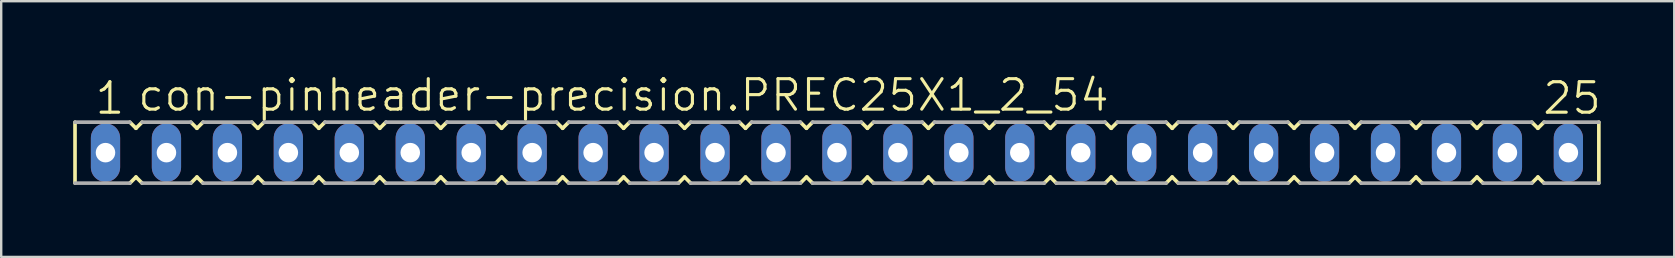
<source format=kicad_pcb>
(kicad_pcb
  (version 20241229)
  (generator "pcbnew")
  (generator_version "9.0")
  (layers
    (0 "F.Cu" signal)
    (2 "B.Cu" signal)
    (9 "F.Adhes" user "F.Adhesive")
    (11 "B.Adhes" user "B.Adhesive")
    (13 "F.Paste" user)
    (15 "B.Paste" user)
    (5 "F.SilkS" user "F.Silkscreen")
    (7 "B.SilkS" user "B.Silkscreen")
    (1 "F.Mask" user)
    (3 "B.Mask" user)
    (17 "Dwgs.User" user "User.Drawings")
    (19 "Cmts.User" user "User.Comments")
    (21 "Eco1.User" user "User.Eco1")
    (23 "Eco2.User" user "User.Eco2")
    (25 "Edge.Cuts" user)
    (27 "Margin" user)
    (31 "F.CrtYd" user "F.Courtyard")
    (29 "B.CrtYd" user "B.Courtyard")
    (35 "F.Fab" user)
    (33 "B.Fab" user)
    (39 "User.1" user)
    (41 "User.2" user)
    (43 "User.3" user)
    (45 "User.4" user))
  (footprint "con-pinheader-precision.PREC25X1_2_54"
    (layer "F.Cu")
    (at 31.826 3.311)
    (property "Reference" "con-pinheader-precision.PREC25X1_2_54" (at -29.21 -1.651 0) (layer "F.SilkS") (effects (font (size 1.27 1.27) (thickness 0.13)) (justify left bottom)))
    (attr through_hole)
    (fp_line (start -31.75 -1.27) (end -31.75 1.27) (stroke (width 0.152) (type default)) (layer "F.SilkS"))
    (fp_line (start -29.464 1.27) (end -29.21 1.016) (stroke (width 0.152) (type default)) (layer "F.SilkS"))
    (fp_line (start -29.21 -1.016) (end -29.464 -1.27) (stroke (width 0.152) (type default)) (layer "F.SilkS"))
    (fp_line (start -29.21 1.016) (end -28.956 1.27) (stroke (width 0.152) (type default)) (layer "F.SilkS"))
    (fp_line (start -28.956 -1.27) (end -29.21 -1.016) (stroke (width 0.152) (type default)) (layer "F.SilkS"))
    (fp_line (start -26.924 1.27) (end -26.67 1.016) (stroke (width 0.152) (type default)) (layer "F.SilkS"))
    (fp_line (start -26.67 -1.016) (end -26.924 -1.27) (stroke (width 0.152) (type default)) (layer "F.SilkS"))
    (fp_line (start -26.67 1.016) (end -26.416 1.27) (stroke (width 0.152) (type default)) (layer "F.SilkS"))
    (fp_line (start -26.416 -1.27) (end -26.67 -1.016) (stroke (width 0.152) (type default)) (layer "F.SilkS"))
    (fp_line (start -24.384 1.27) (end -24.13 1.016) (stroke (width 0.152) (type default)) (layer "F.SilkS"))
    (fp_line (start -24.13 -1.016) (end -24.384 -1.27) (stroke (width 0.152) (type default)) (layer "F.SilkS"))
    (fp_line (start -24.13 1.016) (end -23.876 1.27) (stroke (width 0.152) (type default)) (layer "F.SilkS"))
    (fp_line (start -23.876 -1.27) (end -24.13 -1.016) (stroke (width 0.152) (type default)) (layer "F.SilkS"))
    (fp_line (start -21.844 1.27) (end -21.59 1.016) (stroke (width 0.152) (type default)) (layer "F.SilkS"))
    (fp_line (start -21.59 -1.016) (end -21.844 -1.27) (stroke (width 0.152) (type default)) (layer "F.SilkS"))
    (fp_line (start -21.59 1.016) (end -21.336 1.27) (stroke (width 0.152) (type default)) (layer "F.SilkS"))
    (fp_line (start -21.336 -1.27) (end -21.59 -1.016) (stroke (width 0.152) (type default)) (layer "F.SilkS"))
    (fp_line (start -19.304 1.27) (end -19.05 1.016) (stroke (width 0.152) (type default)) (layer "F.SilkS"))
    (fp_line (start -19.05 -1.016) (end -19.304 -1.27) (stroke (width 0.152) (type default)) (layer "F.SilkS"))
    (fp_line (start -19.05 1.016) (end -18.796 1.27) (stroke (width 0.152) (type default)) (layer "F.SilkS"))
    (fp_line (start -18.796 -1.27) (end -19.05 -1.016) (stroke (width 0.152) (type default)) (layer "F.SilkS"))
    (fp_line (start -16.764 1.27) (end -16.51 1.016) (stroke (width 0.152) (type default)) (layer "F.SilkS"))
    (fp_line (start -16.51 -1.016) (end -16.764 -1.27) (stroke (width 0.152) (type default)) (layer "F.SilkS"))
    (fp_line (start -16.51 1.016) (end -16.256 1.27) (stroke (width 0.152) (type default)) (layer "F.SilkS"))
    (fp_line (start -16.256 -1.27) (end -16.51 -1.016) (stroke (width 0.152) (type default)) (layer "F.SilkS"))
    (fp_line (start -14.224 1.27) (end -13.97 1.016) (stroke (width 0.152) (type default)) (layer "F.SilkS"))
    (fp_line (start -13.97 -1.016) (end -14.224 -1.27) (stroke (width 0.152) (type default)) (layer "F.SilkS"))
    (fp_line (start -13.97 1.016) (end -13.716 1.27) (stroke (width 0.152) (type default)) (layer "F.SilkS"))
    (fp_line (start -13.716 -1.27) (end -13.97 -1.016) (stroke (width 0.152) (type default)) (layer "F.SilkS"))
    (fp_line (start -11.684 1.27) (end -11.43 1.016) (stroke (width 0.152) (type default)) (layer "F.SilkS"))
    (fp_line (start -11.43 -1.016) (end -11.684 -1.27) (stroke (width 0.152) (type default)) (layer "F.SilkS"))
    (fp_line (start -11.43 1.016) (end -11.176 1.27) (stroke (width 0.152) (type default)) (layer "F.SilkS"))
    (fp_line (start -11.176 -1.27) (end -11.43 -1.016) (stroke (width 0.152) (type default)) (layer "F.SilkS"))
    (fp_line (start -9.144 1.27) (end -8.89 1.016) (stroke (width 0.152) (type default)) (layer "F.SilkS"))
    (fp_line (start -8.89 -1.016) (end -9.144 -1.27) (stroke (width 0.152) (type default)) (layer "F.SilkS"))
    (fp_line (start -8.89 1.016) (end -8.636 1.27) (stroke (width 0.152) (type default)) (layer "F.SilkS"))
    (fp_line (start -8.636 -1.27) (end -8.89 -1.016) (stroke (width 0.152) (type default)) (layer "F.SilkS"))
    (fp_line (start -6.604 1.27) (end -6.35 1.016) (stroke (width 0.152) (type default)) (layer "F.SilkS"))
    (fp_line (start -6.35 -1.016) (end -6.604 -1.27) (stroke (width 0.152) (type default)) (layer "F.SilkS"))
    (fp_line (start -6.35 1.016) (end -6.096 1.27) (stroke (width 0.152) (type default)) (layer "F.SilkS"))
    (fp_line (start -6.096 -1.27) (end -6.35 -1.016) (stroke (width 0.152) (type default)) (layer "F.SilkS"))
    (fp_line (start -4.064 1.27) (end -3.81 1.016) (stroke (width 0.152) (type default)) (layer "F.SilkS"))
    (fp_line (start -3.81 -1.016) (end -4.064 -1.27) (stroke (width 0.152) (type default)) (layer "F.SilkS"))
    (fp_line (start -3.81 1.016) (end -3.556 1.27) (stroke (width 0.152) (type default)) (layer "F.SilkS"))
    (fp_line (start -3.556 -1.27) (end -3.81 -1.016) (stroke (width 0.152) (type default)) (layer "F.SilkS"))
    (fp_line (start -1.524 1.27) (end -1.27 1.016) (stroke (width 0.152) (type default)) (layer "F.SilkS"))
    (fp_line (start -1.27 -1.016) (end -1.524 -1.27) (stroke (width 0.152) (type default)) (layer "F.SilkS"))
    (fp_line (start -1.27 1.016) (end -1.016 1.27) (stroke (width 0.152) (type default)) (layer "F.SilkS"))
    (fp_line (start -1.016 -1.27) (end -1.27 -1.016) (stroke (width 0.152) (type default)) (layer "F.SilkS"))
    (fp_line (start 1.016 1.27) (end 1.27 1.016) (stroke (width 0.152) (type default)) (layer "F.SilkS"))
    (fp_line (start 1.27 -1.016) (end 1.016 -1.27) (stroke (width 0.152) (type default)) (layer "F.SilkS"))
    (fp_line (start 1.27 1.016) (end 1.524 1.27) (stroke (width 0.152) (type default)) (layer "F.SilkS"))
    (fp_line (start 1.524 -1.27) (end 1.27 -1.016) (stroke (width 0.152) (type default)) (layer "F.SilkS"))
    (fp_line (start 3.556 1.27) (end 3.81 1.016) (stroke (width 0.152) (type default)) (layer "F.SilkS"))
    (fp_line (start 3.81 -1.016) (end 3.556 -1.27) (stroke (width 0.152) (type default)) (layer "F.SilkS"))
    (fp_line (start 3.81 1.016) (end 4.064 1.27) (stroke (width 0.152) (type default)) (layer "F.SilkS"))
    (fp_line (start 4.064 -1.27) (end 3.81 -1.016) (stroke (width 0.152) (type default)) (layer "F.SilkS"))
    (fp_line (start 6.096 1.27) (end 6.35 1.016) (stroke (width 0.152) (type default)) (layer "F.SilkS"))
    (fp_line (start 6.35 -1.016) (end 6.096 -1.27) (stroke (width 0.152) (type default)) (layer "F.SilkS"))
    (fp_line (start 6.35 1.016) (end 6.604 1.27) (stroke (width 0.152) (type default)) (layer "F.SilkS"))
    (fp_line (start 6.604 -1.27) (end 6.35 -1.016) (stroke (width 0.152) (type default)) (layer "F.SilkS"))
    (fp_line (start 8.636 1.27) (end 8.89 1.016) (stroke (width 0.152) (type default)) (layer "F.SilkS"))
    (fp_line (start 8.89 -1.016) (end 8.636 -1.27) (stroke (width 0.152) (type default)) (layer "F.SilkS"))
    (fp_line (start 8.89 1.016) (end 9.144 1.27) (stroke (width 0.152) (type default)) (layer "F.SilkS"))
    (fp_line (start 9.144 -1.27) (end 8.89 -1.016) (stroke (width 0.152) (type default)) (layer "F.SilkS"))
    (fp_line (start 11.176 1.27) (end 11.43 1.016) (stroke (width 0.152) (type default)) (layer "F.SilkS"))
    (fp_line (start 11.43 -1.016) (end 11.176 -1.27) (stroke (width 0.152) (type default)) (layer "F.SilkS"))
    (fp_line (start 11.43 1.016) (end 11.684 1.27) (stroke (width 0.152) (type default)) (layer "F.SilkS"))
    (fp_line (start 11.684 -1.27) (end 11.43 -1.016) (stroke (width 0.152) (type default)) (layer "F.SilkS"))
    (fp_line (start 13.716 1.27) (end 13.97 1.016) (stroke (width 0.152) (type default)) (layer "F.SilkS"))
    (fp_line (start 13.97 -1.016) (end 13.716 -1.27) (stroke (width 0.152) (type default)) (layer "F.SilkS"))
    (fp_line (start 13.97 1.016) (end 14.224 1.27) (stroke (width 0.152) (type default)) (layer "F.SilkS"))
    (fp_line (start 14.224 -1.27) (end 13.97 -1.016) (stroke (width 0.152) (type default)) (layer "F.SilkS"))
    (fp_line (start 16.256 1.27) (end 16.51 1.016) (stroke (width 0.152) (type default)) (layer "F.SilkS"))
    (fp_line (start 16.51 -1.016) (end 16.256 -1.27) (stroke (width 0.152) (type default)) (layer "F.SilkS"))
    (fp_line (start 16.51 1.016) (end 16.764 1.27) (stroke (width 0.152) (type default)) (layer "F.SilkS"))
    (fp_line (start 16.764 -1.27) (end 16.51 -1.016) (stroke (width 0.152) (type default)) (layer "F.SilkS"))
    (fp_line (start 18.796 1.27) (end 19.05 1.016) (stroke (width 0.152) (type default)) (layer "F.SilkS"))
    (fp_line (start 19.05 -1.016) (end 18.796 -1.27) (stroke (width 0.152) (type default)) (layer "F.SilkS"))
    (fp_line (start 19.05 1.016) (end 19.304 1.27) (stroke (width 0.152) (type default)) (layer "F.SilkS"))
    (fp_line (start 19.304 -1.27) (end 19.05 -1.016) (stroke (width 0.152) (type default)) (layer "F.SilkS"))
    (fp_line (start 21.336 1.27) (end 21.59 1.016) (stroke (width 0.152) (type default)) (layer "F.SilkS"))
    (fp_line (start 21.59 -1.016) (end 21.336 -1.27) (stroke (width 0.152) (type default)) (layer "F.SilkS"))
    (fp_line (start 21.59 1.016) (end 21.844 1.27) (stroke (width 0.152) (type default)) (layer "F.SilkS"))
    (fp_line (start 21.844 -1.27) (end 21.59 -1.016) (stroke (width 0.152) (type default)) (layer "F.SilkS"))
    (fp_line (start 23.876 1.27) (end 24.13 1.016) (stroke (width 0.152) (type default)) (layer "F.SilkS"))
    (fp_line (start 24.13 -1.016) (end 23.876 -1.27) (stroke (width 0.152) (type default)) (layer "F.SilkS"))
    (fp_line (start 24.13 1.016) (end 24.384 1.27) (stroke (width 0.152) (type default)) (layer "F.SilkS"))
    (fp_line (start 24.384 -1.27) (end 24.13 -1.016) (stroke (width 0.152) (type default)) (layer "F.SilkS"))
    (fp_line (start 26.416 1.27) (end 26.67 1.016) (stroke (width 0.152) (type default)) (layer "F.SilkS"))
    (fp_line (start 26.67 -1.016) (end 26.416 -1.27) (stroke (width 0.152) (type default)) (layer "F.SilkS"))
    (fp_line (start 26.67 1.016) (end 26.924 1.27) (stroke (width 0.152) (type default)) (layer "F.SilkS"))
    (fp_line (start 26.924 -1.27) (end 26.67 -1.016) (stroke (width 0.152) (type default)) (layer "F.SilkS"))
    (fp_line (start 28.956 1.27) (end 29.21 1.016) (stroke (width 0.152) (type default)) (layer "F.SilkS"))
    (fp_line (start 29.21 -1.016) (end 28.956 -1.27) (stroke (width 0.152) (type default)) (layer "F.SilkS"))
    (fp_line (start 29.21 1.016) (end 29.464 1.27) (stroke (width 0.152) (type default)) (layer "F.SilkS"))
    (fp_line (start 29.464 -1.27) (end 29.21 -1.016) (stroke (width 0.152) (type default)) (layer "F.SilkS"))
    (fp_line (start 31.75 1.27) (end 31.75 -1.27) (stroke (width 0.152) (type default)) (layer "F.SilkS"))
    (fp_line (start -31.75 1.27) (end -29.464 1.27) (stroke (width 0.152) (type default)) (layer "F.Fab"))
    (fp_line (start -29.464 -1.27) (end -31.75 -1.27) (stroke (width 0.152) (type default)) (layer "F.Fab"))
    (fp_line (start -28.956 1.27) (end -26.924 1.27) (stroke (width 0.152) (type default)) (layer "F.Fab"))
    (fp_line (start -26.924 -1.27) (end -28.956 -1.27) (stroke (width 0.152) (type default)) (layer "F.Fab"))
    (fp_line (start -26.416 1.27) (end -24.384 1.27) (stroke (width 0.152) (type default)) (layer "F.Fab"))
    (fp_line (start -24.384 -1.27) (end -26.416 -1.27) (stroke (width 0.152) (type default)) (layer "F.Fab"))
    (fp_line (start -23.876 1.27) (end -21.844 1.27) (stroke (width 0.152) (type default)) (layer "F.Fab"))
    (fp_line (start -21.844 -1.27) (end -23.876 -1.27) (stroke (width 0.152) (type default)) (layer "F.Fab"))
    (fp_line (start -21.336 1.27) (end -19.304 1.27) (stroke (width 0.152) (type default)) (layer "F.Fab"))
    (fp_line (start -19.304 -1.27) (end -21.336 -1.27) (stroke (width 0.152) (type default)) (layer "F.Fab"))
    (fp_line (start -18.796 1.27) (end -16.764 1.27) (stroke (width 0.152) (type default)) (layer "F.Fab"))
    (fp_line (start -16.764 -1.27) (end -18.796 -1.27) (stroke (width 0.152) (type default)) (layer "F.Fab"))
    (fp_line (start -16.256 1.27) (end -14.224 1.27) (stroke (width 0.152) (type default)) (layer "F.Fab"))
    (fp_line (start -14.224 -1.27) (end -16.256 -1.27) (stroke (width 0.152) (type default)) (layer "F.Fab"))
    (fp_line (start -13.716 1.27) (end -11.684 1.27) (stroke (width 0.152) (type default)) (layer "F.Fab"))
    (fp_line (start -11.684 -1.27) (end -13.716 -1.27) (stroke (width 0.152) (type default)) (layer "F.Fab"))
    (fp_line (start -11.176 1.27) (end -9.144 1.27) (stroke (width 0.152) (type default)) (layer "F.Fab"))
    (fp_line (start -9.144 -1.27) (end -11.176 -1.27) (stroke (width 0.152) (type default)) (layer "F.Fab"))
    (fp_line (start -8.636 1.27) (end -6.604 1.27) (stroke (width 0.152) (type default)) (layer "F.Fab"))
    (fp_line (start -6.604 -1.27) (end -8.636 -1.27) (stroke (width 0.152) (type default)) (layer "F.Fab"))
    (fp_line (start -6.096 1.27) (end -4.064 1.27) (stroke (width 0.152) (type default)) (layer "F.Fab"))
    (fp_line (start -4.064 -1.27) (end -6.096 -1.27) (stroke (width 0.152) (type default)) (layer "F.Fab"))
    (fp_line (start -3.556 1.27) (end -1.524 1.27) (stroke (width 0.152) (type default)) (layer "F.Fab"))
    (fp_line (start -1.524 -1.27) (end -3.556 -1.27) (stroke (width 0.152) (type default)) (layer "F.Fab"))
    (fp_line (start -1.016 1.27) (end 1.016 1.27) (stroke (width 0.152) (type default)) (layer "F.Fab"))
    (fp_line (start 1.016 -1.27) (end -1.016 -1.27) (stroke (width 0.152) (type default)) (layer "F.Fab"))
    (fp_line (start 1.524 1.27) (end 3.556 1.27) (stroke (width 0.152) (type default)) (layer "F.Fab"))
    (fp_line (start 3.556 -1.27) (end 1.524 -1.27) (stroke (width 0.152) (type default)) (layer "F.Fab"))
    (fp_line (start 4.064 1.27) (end 6.096 1.27) (stroke (width 0.152) (type default)) (layer "F.Fab"))
    (fp_line (start 6.096 -1.27) (end 4.064 -1.27) (stroke (width 0.152) (type default)) (layer "F.Fab"))
    (fp_line (start 6.604 1.27) (end 8.636 1.27) (stroke (width 0.152) (type default)) (layer "F.Fab"))
    (fp_line (start 8.636 -1.27) (end 6.604 -1.27) (stroke (width 0.152) (type default)) (layer "F.Fab"))
    (fp_line (start 9.144 1.27) (end 11.176 1.27) (stroke (width 0.152) (type default)) (layer "F.Fab"))
    (fp_line (start 11.176 -1.27) (end 9.144 -1.27) (stroke (width 0.152) (type default)) (layer "F.Fab"))
    (fp_line (start 11.684 1.27) (end 13.716 1.27) (stroke (width 0.152) (type default)) (layer "F.Fab"))
    (fp_line (start 13.716 -1.27) (end 11.684 -1.27) (stroke (width 0.152) (type default)) (layer "F.Fab"))
    (fp_line (start 14.224 1.27) (end 16.256 1.27) (stroke (width 0.152) (type default)) (layer "F.Fab"))
    (fp_line (start 16.256 -1.27) (end 14.224 -1.27) (stroke (width 0.152) (type default)) (layer "F.Fab"))
    (fp_line (start 16.764 1.27) (end 18.796 1.27) (stroke (width 0.152) (type default)) (layer "F.Fab"))
    (fp_line (start 18.796 -1.27) (end 16.764 -1.27) (stroke (width 0.152) (type default)) (layer "F.Fab"))
    (fp_line (start 19.304 1.27) (end 21.336 1.27) (stroke (width 0.152) (type default)) (layer "F.Fab"))
    (fp_line (start 21.336 -1.27) (end 19.304 -1.27) (stroke (width 0.152) (type default)) (layer "F.Fab"))
    (fp_line (start 21.844 1.27) (end 23.876 1.27) (stroke (width 0.152) (type default)) (layer "F.Fab"))
    (fp_line (start 23.876 -1.27) (end 21.844 -1.27) (stroke (width 0.152) (type default)) (layer "F.Fab"))
    (fp_line (start 24.384 1.27) (end 26.416 1.27) (stroke (width 0.152) (type default)) (layer "F.Fab"))
    (fp_line (start 26.416 -1.27) (end 24.384 -1.27) (stroke (width 0.152) (type default)) (layer "F.Fab"))
    (fp_line (start 26.924 1.27) (end 28.956 1.27) (stroke (width 0.152) (type default)) (layer "F.Fab"))
    (fp_line (start 28.956 -1.27) (end 26.924 -1.27) (stroke (width 0.152) (type default)) (layer "F.Fab"))
    (fp_line (start 29.464 1.27) (end 31.75 1.27) (stroke (width 0.152) (type default)) (layer "F.Fab"))
    (fp_line (start 31.75 -1.27) (end 29.464 -1.27) (stroke (width 0.152) (type default)) (layer "F.Fab"))
    (fp_text user "25" (at 29.337 -1.524 0) (layer "F.SilkS") (effects (font (size 1.27 1.27) (thickness 0.13)) (justify left bottom)))
    (fp_text user "1" (at -30.988 -1.524 0) (layer "F.SilkS") (effects (font (size 1.27 1.27) (thickness 0.13)) (justify left bottom)))
    (pad "1" thru_hole oval (at -30.48 0 90) (size 2.438 1.219) (drill 0.813) (layers "*.Cu" "*.Mask"))
    (pad "2" thru_hole oval (at -27.94 0 90) (size 2.438 1.219) (drill 0.813) (layers "*.Cu" "*.Mask"))
    (pad "3" thru_hole oval (at -25.4 0 90) (size 2.438 1.219) (drill 0.813) (layers "*.Cu" "*.Mask"))
    (pad "4" thru_hole oval (at -22.86 0 90) (size 2.438 1.219) (drill 0.813) (layers "*.Cu" "*.Mask"))
    (pad "5" thru_hole oval (at -20.32 0 90) (size 2.438 1.219) (drill 0.813) (layers "*.Cu" "*.Mask"))
    (pad "6" thru_hole oval (at -17.78 0 90) (size 2.438 1.219) (drill 0.813) (layers "*.Cu" "*.Mask"))
    (pad "7" thru_hole oval (at -15.24 0 90) (size 2.438 1.219) (drill 0.813) (layers "*.Cu" "*.Mask"))
    (pad "8" thru_hole oval (at -12.7 0 90) (size 2.438 1.219) (drill 0.813) (layers "*.Cu" "*.Mask"))
    (pad "9" thru_hole oval (at -10.16 0 90) (size 2.438 1.219) (drill 0.813) (layers "*.Cu" "*.Mask"))
    (pad "10" thru_hole oval (at -7.62 0 90) (size 2.438 1.219) (drill 0.813) (layers "*.Cu" "*.Mask"))
    (pad "11" thru_hole oval (at -5.08 0 90) (size 2.438 1.219) (drill 0.813) (layers "*.Cu" "*.Mask"))
    (pad "12" thru_hole oval (at -2.54 0 90) (size 2.438 1.219) (drill 0.813) (layers "*.Cu" "*.Mask"))
    (pad "13" thru_hole oval (at 0 0 90) (size 2.438 1.219) (drill 0.813) (layers "*.Cu" "*.Mask"))
    (pad "14" thru_hole oval (at 2.54 0 90) (size 2.438 1.219) (drill 0.813) (layers "*.Cu" "*.Mask"))
    (pad "15" thru_hole oval (at 5.08 0 90) (size 2.438 1.219) (drill 0.813) (layers "*.Cu" "*.Mask"))
    (pad "16" thru_hole oval (at 7.62 0 90) (size 2.438 1.219) (drill 0.813) (layers "*.Cu" "*.Mask"))
    (pad "17" thru_hole oval (at 10.16 0 90) (size 2.438 1.219) (drill 0.813) (layers "*.Cu" "*.Mask"))
    (pad "18" thru_hole oval (at 12.7 0 90) (size 2.438 1.219) (drill 0.813) (layers "*.Cu" "*.Mask"))
    (pad "19" thru_hole oval (at 15.24 0 90) (size 2.438 1.219) (drill 0.813) (layers "*.Cu" "*.Mask"))
    (pad "20" thru_hole oval (at 17.78 0 90) (size 2.438 1.219) (drill 0.813) (layers "*.Cu" "*.Mask"))
    (pad "21" thru_hole oval (at 20.32 0 90) (size 2.438 1.219) (drill 0.813) (layers "*.Cu" "*.Mask"))
    (pad "22" thru_hole oval (at 22.86 0 90) (size 2.438 1.219) (drill 0.813) (layers "*.Cu" "*.Mask"))
    (pad "23" thru_hole oval (at 25.4 0 90) (size 2.438 1.219) (drill 0.813) (layers "*.Cu" "*.Mask"))
    (pad "24" thru_hole oval (at 27.94 0 90) (size 2.438 1.219) (drill 0.813) (layers "*.Cu" "*.Mask"))
    (pad "25" thru_hole oval (at 30.48 0 90) (size 2.438 1.219) (drill 0.813) (layers "*.Cu" "*.Mask")))
  (gr_rect
    (start -3 -3)
    (end 66.718 7.657)
    (stroke (width 0.1) (type default))
    (fill no)
    (layer "Edge.Cuts")))
</source>
